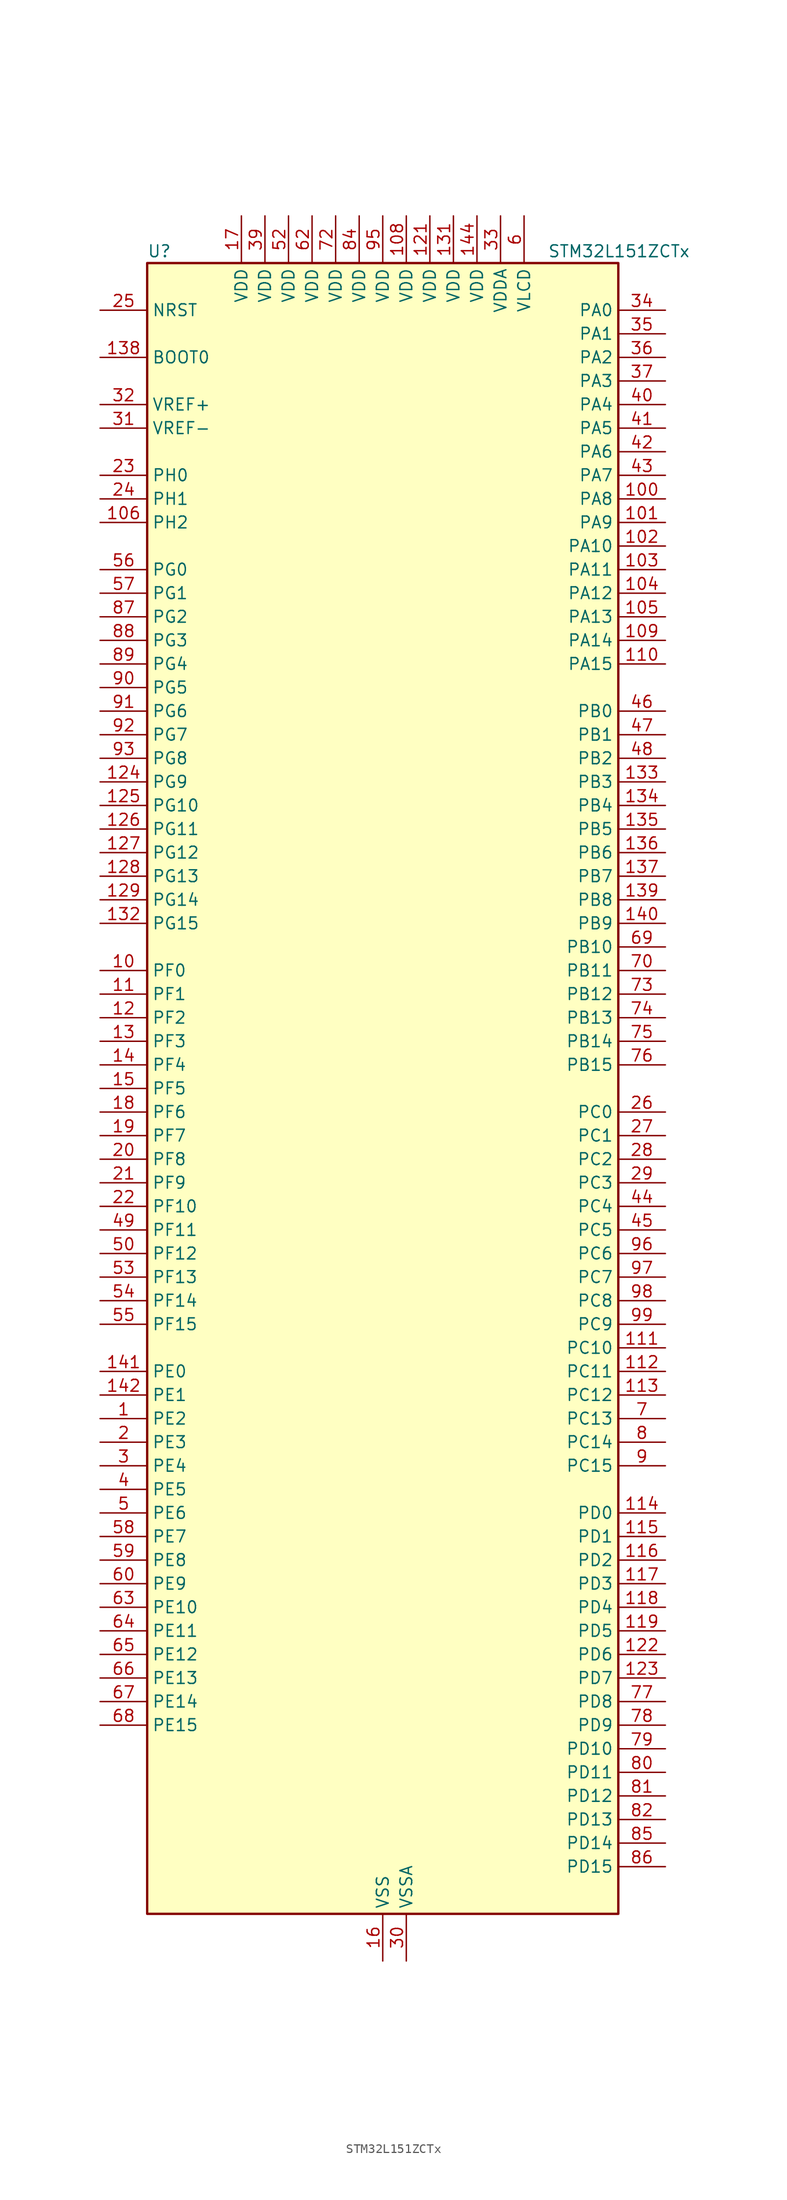
<source format=kicad_sym>
(kicad_symbol_lib
  (version 20241209)
  (generator "kicad_symbol_editor")
  (generator_version "9.0")
  (symbol "STM32L151ZCTx"
    (property "Reference" "U"
      (at -25.4 90.17 0)
      (effects (font (size 1.27 1.27)) (justify left)))
    (property "Value" "STM32L151ZCTx"
      (at 17.78 90.17 0)
      (effects (font (size 1.27 1.27)) (justify left)))
    (symbol "STM32L151ZCTx_0_1"
      (rectangle (start -25.4 -88.9) (end 25.4 88.9) (stroke (width 0.254) (type default)) (fill (type background))))
    (symbol "STM32L151ZCTx_1_1"
      (pin input line (at -30.48 83.82 0) (length 5.08) (name "NRST" (effects (font (size 1.27 1.27)))) (number "25" (effects (font (size 1.27 1.27)))))
      (pin input line (at -30.48 78.74 0) (length 5.08) (name "BOOT0" (effects (font (size 1.27 1.27)))) (number "138" (effects (font (size 1.27 1.27)))))
      (pin input line (at -30.48 73.66 0) (length 5.08) (name "VREF+" (effects (font (size 1.27 1.27)))) (number "32" (effects (font (size 1.27 1.27)))))
      (pin input line (at -30.48 71.12 0) (length 5.08) (name "VREF-" (effects (font (size 1.27 1.27)))) (number "31" (effects (font (size 1.27 1.27)))))
      (pin bidirectional line (at -30.48 66.04 0) (length 5.08) (name "PH0" (effects (font (size 1.27 1.27)))) (number "23" (effects (font (size 1.27 1.27)))) (alternate "RCC_OSC_IN" bidirectional line))
      (pin bidirectional line (at -30.48 63.5 0) (length 5.08) (name "PH1" (effects (font (size 1.27 1.27)))) (number "24" (effects (font (size 1.27 1.27)))) (alternate "RCC_OSC_OUT" bidirectional line))
      (pin bidirectional line (at -30.48 60.96 0) (length 5.08) (name "PH2" (effects (font (size 1.27 1.27)))) (number "106" (effects (font (size 1.27 1.27)))))
      (pin bidirectional line (at -30.48 55.88 0) (length 5.08) (name "PG0" (effects (font (size 1.27 1.27)))) (number "56" (effects (font (size 1.27 1.27)))) (alternate "ADC_IN8b" bidirectional line) (alternate "TS_G2_IO4" bidirectional line))
      (pin bidirectional line (at -30.48 53.34 0) (length 5.08) (name "PG1" (effects (font (size 1.27 1.27)))) (number "57" (effects (font (size 1.27 1.27)))) (alternate "ADC_IN9b" bidirectional line) (alternate "TS_G2_IO5" bidirectional line))
      (pin bidirectional line (at -30.48 50.8 0) (length 5.08) (name "PG2" (effects (font (size 1.27 1.27)))) (number "87" (effects (font (size 1.27 1.27)))) (alternate "ADC_IN10b" bidirectional line) (alternate "TS_G7_IO5" bidirectional line))
      (pin bidirectional line (at -30.48 48.26 0) (length 5.08) (name "PG3" (effects (font (size 1.27 1.27)))) (number "88" (effects (font (size 1.27 1.27)))) (alternate "ADC_IN11b" bidirectional line) (alternate "TS_G7_IO6" bidirectional line))
      (pin bidirectional line (at -30.48 45.72 0) (length 5.08) (name "PG4" (effects (font (size 1.27 1.27)))) (number "89" (effects (font (size 1.27 1.27)))) (alternate "ADC_IN12b" bidirectional line) (alternate "TS_G7_IO7" bidirectional line))
      (pin bidirectional line (at -30.48 43.18 0) (length 5.08) (name "PG5" (effects (font (size 1.27 1.27)))) (number "90" (effects (font (size 1.27 1.27)))))
      (pin bidirectional line (at -30.48 40.64 0) (length 5.08) (name "PG6" (effects (font (size 1.27 1.27)))) (number "91" (effects (font (size 1.27 1.27)))))
      (pin bidirectional line (at -30.48 38.1 0) (length 5.08) (name "PG7" (effects (font (size 1.27 1.27)))) (number "92" (effects (font (size 1.27 1.27)))))
      (pin bidirectional line (at -30.48 35.56 0) (length 5.08) (name "PG8" (effects (font (size 1.27 1.27)))) (number "93" (effects (font (size 1.27 1.27)))))
      (pin bidirectional line (at -30.48 33.02 0) (length 5.08) (name "PG9" (effects (font (size 1.27 1.27)))) (number "124" (effects (font (size 1.27 1.27)))) (alternate "DAC_EXTI9" bidirectional line))
      (pin bidirectional line (at -30.48 30.48 0) (length 5.08) (name "PG10" (effects (font (size 1.27 1.27)))) (number "125" (effects (font (size 1.27 1.27)))))
      (pin bidirectional line (at -30.48 27.94 0) (length 5.08) (name "PG11" (effects (font (size 1.27 1.27)))) (number "126" (effects (font (size 1.27 1.27)))) (alternate "ADC_EXTI11" bidirectional line))
      (pin bidirectional line (at -30.48 25.4 0) (length 5.08) (name "PG12" (effects (font (size 1.27 1.27)))) (number "127" (effects (font (size 1.27 1.27)))))
      (pin bidirectional line (at -30.48 22.86 0) (length 5.08) (name "PG13" (effects (font (size 1.27 1.27)))) (number "128" (effects (font (size 1.27 1.27)))))
      (pin bidirectional line (at -30.48 20.32 0) (length 5.08) (name "PG14" (effects (font (size 1.27 1.27)))) (number "129" (effects (font (size 1.27 1.27)))))
      (pin bidirectional line (at -30.48 17.78 0) (length 5.08) (name "PG15" (effects (font (size 1.27 1.27)))) (number "132" (effects (font (size 1.27 1.27)))) (alternate "ADC_EXTI15" bidirectional line))
      (pin bidirectional line (at -30.48 12.7 0) (length 5.08) (name "PF0" (effects (font (size 1.27 1.27)))) (number "10" (effects (font (size 1.27 1.27)))))
      (pin bidirectional line (at -30.48 10.16 0) (length 5.08) (name "PF1" (effects (font (size 1.27 1.27)))) (number "11" (effects (font (size 1.27 1.27)))))
      (pin bidirectional line (at -30.48 7.62 0) (length 5.08) (name "PF2" (effects (font (size 1.27 1.27)))) (number "12" (effects (font (size 1.27 1.27)))))
      (pin bidirectional line (at -30.48 5.08 0) (length 5.08) (name "PF3" (effects (font (size 1.27 1.27)))) (number "13" (effects (font (size 1.27 1.27)))))
      (pin bidirectional line (at -30.48 2.54 0) (length 5.08) (name "PF4" (effects (font (size 1.27 1.27)))) (number "14" (effects (font (size 1.27 1.27)))))
      (pin bidirectional line (at -30.48 0 0) (length 5.08) (name "PF5" (effects (font (size 1.27 1.27)))) (number "15" (effects (font (size 1.27 1.27)))))
      (pin bidirectional line (at -30.48 -2.54 0) (length 5.08) (name "PF6" (effects (font (size 1.27 1.27)))) (number "18" (effects (font (size 1.27 1.27)))) (alternate "ADC_IN27" bidirectional line) (alternate "TIM5_CH1" bidirectional line) (alternate "TIM5_ETR" bidirectional line) (alternate "TS_G11_IO1" bidirectional line))
      (pin bidirectional line (at -30.48 -5.08 0) (length 5.08) (name "PF7" (effects (font (size 1.27 1.27)))) (number "19" (effects (font (size 1.27 1.27)))) (alternate "ADC_IN28" bidirectional line) (alternate "COMP1_INP" bidirectional line) (alternate "TIM5_CH2" bidirectional line) (alternate "TS_G11_IO2" bidirectional line))
      (pin bidirectional line (at -30.48 -7.62 0) (length 5.08) (name "PF8" (effects (font (size 1.27 1.27)))) (number "20" (effects (font (size 1.27 1.27)))) (alternate "ADC_IN29" bidirectional line) (alternate "COMP1_INP" bidirectional line) (alternate "TIM5_CH3" bidirectional line) (alternate "TS_G11_IO3" bidirectional line))
      (pin bidirectional line (at -30.48 -10.16 0) (length 5.08) (name "PF9" (effects (font (size 1.27 1.27)))) (number "21" (effects (font (size 1.27 1.27)))) (alternate "ADC_IN30" bidirectional line) (alternate "COMP1_INP" bidirectional line) (alternate "DAC_EXTI9" bidirectional line) (alternate "TIM5_CH4" bidirectional line) (alternate "TS_G11_IO4" bidirectional line))
      (pin bidirectional line (at -30.48 -12.7 0) (length 5.08) (name "PF10" (effects (font (size 1.27 1.27)))) (number "22" (effects (font (size 1.27 1.27)))) (alternate "ADC_IN31" bidirectional line) (alternate "COMP1_INP" bidirectional line) (alternate "TS_G11_IO5" bidirectional line))
      (pin bidirectional line (at -30.48 -15.24 0) (length 5.08) (name "PF11" (effects (font (size 1.27 1.27)))) (number "49" (effects (font (size 1.27 1.27)))) (alternate "ADC_EXTI11" bidirectional line) (alternate "ADC_IN1b" bidirectional line) (alternate "TS_G3_IO4" bidirectional line))
      (pin bidirectional line (at -30.48 -17.78 0) (length 5.08) (name "PF12" (effects (font (size 1.27 1.27)))) (number "50" (effects (font (size 1.27 1.27)))) (alternate "ADC_IN2b" bidirectional line) (alternate "TS_G3_IO5" bidirectional line))
      (pin bidirectional line (at -30.48 -20.32 0) (length 5.08) (name "PF13" (effects (font (size 1.27 1.27)))) (number "53" (effects (font (size 1.27 1.27)))) (alternate "ADC_IN3b" bidirectional line) (alternate "TS_G9_IO3" bidirectional line))
      (pin bidirectional line (at -30.48 -22.86 0) (length 5.08) (name "PF14" (effects (font (size 1.27 1.27)))) (number "54" (effects (font (size 1.27 1.27)))) (alternate "ADC_IN6b" bidirectional line) (alternate "TS_G9_IO4" bidirectional line))
      (pin bidirectional line (at -30.48 -25.4 0) (length 5.08) (name "PF15" (effects (font (size 1.27 1.27)))) (number "55" (effects (font (size 1.27 1.27)))) (alternate "ADC_EXTI15" bidirectional line) (alternate "ADC_IN7b" bidirectional line) (alternate "TS_G2_IO3" bidirectional line))
      (pin bidirectional line (at -30.48 -30.48 0) (length 5.08) (name "PE0" (effects (font (size 1.27 1.27)))) (number "141" (effects (font (size 1.27 1.27)))) (alternate "TIM10_CH1" bidirectional line) (alternate "TIM4_ETR" bidirectional line) (alternate "TIMX_IC1" bidirectional line))
      (pin bidirectional line (at -30.48 -33.02 0) (length 5.08) (name "PE1" (effects (font (size 1.27 1.27)))) (number "142" (effects (font (size 1.27 1.27)))) (alternate "TIM11_CH1" bidirectional line) (alternate "TIMX_IC2" bidirectional line))
      (pin bidirectional line (at -30.48 -35.56 0) (length 5.08) (name "PE2" (effects (font (size 1.27 1.27)))) (number "1" (effects (font (size 1.27 1.27)))) (alternate "SYS_TRACECK" bidirectional line) (alternate "TIM3_ETR" bidirectional line) (alternate "TIMX_IC3" bidirectional line))
      (pin bidirectional line (at -30.48 -38.1 0) (length 5.08) (name "PE3" (effects (font (size 1.27 1.27)))) (number "2" (effects (font (size 1.27 1.27)))) (alternate "SYS_TRACED0" bidirectional line) (alternate "TIM3_CH1" bidirectional line) (alternate "TIMX_IC4" bidirectional line))
      (pin bidirectional line (at -30.48 -40.64 0) (length 5.08) (name "PE4" (effects (font (size 1.27 1.27)))) (number "3" (effects (font (size 1.27 1.27)))) (alternate "SYS_TRACED1" bidirectional line) (alternate "TIM3_CH2" bidirectional line) (alternate "TIMX_IC1" bidirectional line))
      (pin bidirectional line (at -30.48 -43.18 0) (length 5.08) (name "PE5" (effects (font (size 1.27 1.27)))) (number "4" (effects (font (size 1.27 1.27)))) (alternate "SYS_TRACED2" bidirectional line) (alternate "TIM9_CH1" bidirectional line) (alternate "TIMX_IC2" bidirectional line))
      (pin bidirectional line (at -30.48 -45.72 0) (length 5.08) (name "PE6" (effects (font (size 1.27 1.27)))) (number "5" (effects (font (size 1.27 1.27)))) (alternate "RTC_TAMP3" bidirectional line) (alternate "SYS_TRACED3" bidirectional line) (alternate "SYS_WKUP3" bidirectional line) (alternate "TIM9_CH2" bidirectional line) (alternate "TIMX_IC3" bidirectional line))
      (pin bidirectional line (at -30.48 -48.26 0) (length 5.08) (name "PE7" (effects (font (size 1.27 1.27)))) (number "58" (effects (font (size 1.27 1.27)))) (alternate "ADC_IN22" bidirectional line) (alternate "COMP1_INP" bidirectional line) (alternate "TIMX_IC4" bidirectional line))
      (pin bidirectional line (at -30.48 -50.8 0) (length 5.08) (name "PE8" (effects (font (size 1.27 1.27)))) (number "59" (effects (font (size 1.27 1.27)))) (alternate "ADC_IN23" bidirectional line) (alternate "COMP1_INP" bidirectional line) (alternate "TIMX_IC1" bidirectional line))
      (pin bidirectional line (at -30.48 -53.34 0) (length 5.08) (name "PE9" (effects (font (size 1.27 1.27)))) (number "60" (effects (font (size 1.27 1.27)))) (alternate "ADC_IN24" bidirectional line) (alternate "COMP1_INP" bidirectional line) (alternate "DAC_EXTI9" bidirectional line) (alternate "TIM2_CH1" bidirectional line) (alternate "TIM2_ETR" bidirectional line) (alternate "TIMX_IC2" bidirectional line))
      (pin bidirectional line (at -30.48 -55.88 0) (length 5.08) (name "PE10" (effects (font (size 1.27 1.27)))) (number "63" (effects (font (size 1.27 1.27)))) (alternate "ADC_IN25" bidirectional line) (alternate "COMP1_INP" bidirectional line) (alternate "TIM2_CH2" bidirectional line) (alternate "TIMX_IC3" bidirectional line))
      (pin bidirectional line (at -30.48 -58.42 0) (length 5.08) (name "PE11" (effects (font (size 1.27 1.27)))) (number "64" (effects (font (size 1.27 1.27)))) (alternate "ADC_EXTI11" bidirectional line) (alternate "TIM2_CH3" bidirectional line) (alternate "TIMX_IC4" bidirectional line))
      (pin bidirectional line (at -30.48 -60.96 0) (length 5.08) (name "PE12" (effects (font (size 1.27 1.27)))) (number "65" (effects (font (size 1.27 1.27)))) (alternate "SPI1_NSS" bidirectional line) (alternate "TIM2_CH4" bidirectional line) (alternate "TIMX_IC1" bidirectional line))
      (pin bidirectional line (at -30.48 -63.5 0) (length 5.08) (name "PE13" (effects (font (size 1.27 1.27)))) (number "66" (effects (font (size 1.27 1.27)))) (alternate "SPI1_SCK" bidirectional line) (alternate "TIMX_IC2" bidirectional line))
      (pin bidirectional line (at -30.48 -66.04 0) (length 5.08) (name "PE14" (effects (font (size 1.27 1.27)))) (number "67" (effects (font (size 1.27 1.27)))) (alternate "SPI1_MISO" bidirectional line) (alternate "TIMX_IC3" bidirectional line))
      (pin bidirectional line (at -30.48 -68.58 0) (length 5.08) (name "PE15" (effects (font (size 1.27 1.27)))) (number "68" (effects (font (size 1.27 1.27)))) (alternate "ADC_EXTI15" bidirectional line) (alternate "SPI1_MOSI" bidirectional line) (alternate "TIMX_IC4" bidirectional line))
      (pin power_in line (at -15.24 93.98 270) (length 5.08) (name "VDD" (effects (font (size 1.27 1.27)))) (number "17" (effects (font (size 1.27 1.27)))))
      (pin power_in line (at -12.7 93.98 270) (length 5.08) (name "VDD" (effects (font (size 1.27 1.27)))) (number "39" (effects (font (size 1.27 1.27)))))
      (pin power_in line (at -10.16 93.98 270) (length 5.08) (name "VDD" (effects (font (size 1.27 1.27)))) (number "52" (effects (font (size 1.27 1.27)))))
      (pin power_in line (at -7.62 93.98 270) (length 5.08) (name "VDD" (effects (font (size 1.27 1.27)))) (number "62" (effects (font (size 1.27 1.27)))))
      (pin power_in line (at -5.08 93.98 270) (length 5.08) (name "VDD" (effects (font (size 1.27 1.27)))) (number "72" (effects (font (size 1.27 1.27)))))
      (pin power_in line (at -2.54 93.98 270) (length 5.08) (name "VDD" (effects (font (size 1.27 1.27)))) (number "84" (effects (font (size 1.27 1.27)))))
      (pin power_in line (at 0 93.98 270) (length 5.08) (name "VDD" (effects (font (size 1.27 1.27)))) (number "95" (effects (font (size 1.27 1.27)))))
      (pin passive line (at 0 -93.98 90) (length 5.08) (hide yes) (name "VSS" (effects (font (size 1.27 1.27)))) (number "107" (effects (font (size 1.27 1.27)))))
      (pin passive line (at 0 -93.98 90) (length 5.08) (hide yes) (name "VSS" (effects (font (size 1.27 1.27)))) (number "120" (effects (font (size 1.27 1.27)))))
      (pin passive line (at 0 -93.98 90) (length 5.08) (hide yes) (name "VSS" (effects (font (size 1.27 1.27)))) (number "130" (effects (font (size 1.27 1.27)))))
      (pin passive line (at 0 -93.98 90) (length 5.08) (hide yes) (name "VSS" (effects (font (size 1.27 1.27)))) (number "143" (effects (font (size 1.27 1.27)))))
      (pin power_in line (at 0 -93.98 90) (length 5.08) (name "VSS" (effects (font (size 1.27 1.27)))) (number "16" (effects (font (size 1.27 1.27)))))
      (pin passive line (at 0 -93.98 90) (length 5.08) (hide yes) (name "VSS" (effects (font (size 1.27 1.27)))) (number "38" (effects (font (size 1.27 1.27)))))
      (pin passive line (at 0 -93.98 90) (length 5.08) (hide yes) (name "VSS" (effects (font (size 1.27 1.27)))) (number "51" (effects (font (size 1.27 1.27)))))
      (pin passive line (at 0 -93.98 90) (length 5.08) (hide yes) (name "VSS" (effects (font (size 1.27 1.27)))) (number "61" (effects (font (size 1.27 1.27)))))
      (pin passive line (at 0 -93.98 90) (length 5.08) (hide yes) (name "VSS" (effects (font (size 1.27 1.27)))) (number "71" (effects (font (size 1.27 1.27)))))
      (pin passive line (at 0 -93.98 90) (length 5.08) (hide yes) (name "VSS" (effects (font (size 1.27 1.27)))) (number "83" (effects (font (size 1.27 1.27)))))
      (pin passive line (at 0 -93.98 90) (length 5.08) (hide yes) (name "VSS" (effects (font (size 1.27 1.27)))) (number "94" (effects (font (size 1.27 1.27)))))
      (pin power_in line (at 2.54 93.98 270) (length 5.08) (name "VDD" (effects (font (size 1.27 1.27)))) (number "108" (effects (font (size 1.27 1.27)))))
      (pin power_in line (at 2.54 -93.98 90) (length 5.08) (name "VSSA" (effects (font (size 1.27 1.27)))) (number "30" (effects (font (size 1.27 1.27)))))
      (pin power_in line (at 5.08 93.98 270) (length 5.08) (name "VDD" (effects (font (size 1.27 1.27)))) (number "121" (effects (font (size 1.27 1.27)))))
      (pin power_in line (at 7.62 93.98 270) (length 5.08) (name "VDD" (effects (font (size 1.27 1.27)))) (number "131" (effects (font (size 1.27 1.27)))))
      (pin power_in line (at 10.16 93.98 270) (length 5.08) (name "VDD" (effects (font (size 1.27 1.27)))) (number "144" (effects (font (size 1.27 1.27)))))
      (pin power_in line (at 12.7 93.98 270) (length 5.08) (name "VDDA" (effects (font (size 1.27 1.27)))) (number "33" (effects (font (size 1.27 1.27)))))
      (pin power_in line (at 15.24 93.98 270) (length 5.08) (name "VLCD" (effects (font (size 1.27 1.27)))) (number "6" (effects (font (size 1.27 1.27)))))
      (pin bidirectional line (at 30.48 83.82 180) (length 5.08) (name "PA0" (effects (font (size 1.27 1.27)))) (number "34" (effects (font (size 1.27 1.27)))) (alternate "ADC_IN0" bidirectional line) (alternate "COMP1_INP" bidirectional line) (alternate "RTC_TAMP2" bidirectional line) (alternate "SYS_WKUP1" bidirectional line) (alternate "TIM2_CH1" bidirectional line) (alternate "TIM2_ETR" bidirectional line) (alternate "TIM5_CH1" bidirectional line) (alternate "TIMX_IC1" bidirectional line) (alternate "TS_G1_IO1" bidirectional line) (alternate "USART2_CTS" bidirectional line))
      (pin bidirectional line (at 30.48 81.28 180) (length 5.08) (name "PA1" (effects (font (size 1.27 1.27)))) (number "35" (effects (font (size 1.27 1.27)))) (alternate "ADC_IN1" bidirectional line) (alternate "COMP1_INP" bidirectional line) (alternate "OPAMP1_VINP" bidirectional line) (alternate "TIM2_CH2" bidirectional line) (alternate "TIM5_CH2" bidirectional line) (alternate "TIMX_IC2" bidirectional line) (alternate "TS_G1_IO2" bidirectional line) (alternate "USART2_RTS" bidirectional line))
      (pin bidirectional line (at 30.48 78.74 180) (length 5.08) (name "PA2" (effects (font (size 1.27 1.27)))) (number "36" (effects (font (size 1.27 1.27)))) (alternate "ADC_IN2" bidirectional line) (alternate "COMP1_INP" bidirectional line) (alternate "OPAMP1_VINM" bidirectional line) (alternate "TIM2_CH3" bidirectional line) (alternate "TIM5_CH3" bidirectional line) (alternate "TIM9_CH1" bidirectional line) (alternate "TIMX_IC3" bidirectional line) (alternate "TS_G1_IO3" bidirectional line) (alternate "USART2_TX" bidirectional line))
      (pin bidirectional line (at 30.48 76.2 180) (length 5.08) (name "PA3" (effects (font (size 1.27 1.27)))) (number "37" (effects (font (size 1.27 1.27)))) (alternate "ADC_IN3" bidirectional line) (alternate "COMP1_INP" bidirectional line) (alternate "OPAMP1_VOUT" bidirectional line) (alternate "TIM2_CH4" bidirectional line) (alternate "TIM5_CH4" bidirectional line) (alternate "TIM9_CH2" bidirectional line) (alternate "TIMX_IC4" bidirectional line) (alternate "TS_G1_IO4" bidirectional line) (alternate "USART2_RX" bidirectional line))
      (pin bidirectional line (at 30.48 73.66 180) (length 5.08) (name "PA4" (effects (font (size 1.27 1.27)))) (number "40" (effects (font (size 1.27 1.27)))) (alternate "ADC_IN4" bidirectional line) (alternate "COMP1_INP" bidirectional line) (alternate "DAC_OUT1" bidirectional line) (alternate "I2S3_WS" bidirectional line) (alternate "SPI1_NSS" bidirectional line) (alternate "SPI3_NSS" bidirectional line) (alternate "TIMX_IC1" bidirectional line) (alternate "USART2_CK" bidirectional line))
      (pin bidirectional line (at 30.48 71.12 180) (length 5.08) (name "PA5" (effects (font (size 1.27 1.27)))) (number "41" (effects (font (size 1.27 1.27)))) (alternate "ADC_IN5" bidirectional line) (alternate "COMP1_INP" bidirectional line) (alternate "DAC_OUT2" bidirectional line) (alternate "SPI1_SCK" bidirectional line) (alternate "TIM2_CH1" bidirectional line) (alternate "TIM2_ETR" bidirectional line) (alternate "TIMX_IC2" bidirectional line))
      (pin bidirectional line (at 30.48 68.58 180) (length 5.08) (name "PA6" (effects (font (size 1.27 1.27)))) (number "42" (effects (font (size 1.27 1.27)))) (alternate "ADC_IN6" bidirectional line) (alternate "COMP1_INP" bidirectional line) (alternate "OPAMP2_VINP" bidirectional line) (alternate "SPI1_MISO" bidirectional line) (alternate "TIM10_CH1" bidirectional line) (alternate "TIM3_CH1" bidirectional line) (alternate "TIMX_IC3" bidirectional line) (alternate "TS_G2_IO1" bidirectional line))
      (pin bidirectional line (at 30.48 66.04 180) (length 5.08) (name "PA7" (effects (font (size 1.27 1.27)))) (number "43" (effects (font (size 1.27 1.27)))) (alternate "ADC_IN7" bidirectional line) (alternate "COMP1_INP" bidirectional line) (alternate "OPAMP2_VINM" bidirectional line) (alternate "SPI1_MOSI" bidirectional line) (alternate "TIM11_CH1" bidirectional line) (alternate "TIM3_CH2" bidirectional line) (alternate "TIMX_IC4" bidirectional line) (alternate "TS_G2_IO2" bidirectional line))
      (pin bidirectional line (at 30.48 63.5 180) (length 5.08) (name "PA8" (effects (font (size 1.27 1.27)))) (number "100" (effects (font (size 1.27 1.27)))) (alternate "RCC_MCO" bidirectional line) (alternate "TIMX_IC1" bidirectional line) (alternate "TS_G4_IO1" bidirectional line) (alternate "USART1_CK" bidirectional line))
      (pin bidirectional line (at 30.48 60.96 180) (length 5.08) (name "PA9" (effects (font (size 1.27 1.27)))) (number "101" (effects (font (size 1.27 1.27)))) (alternate "DAC_EXTI9" bidirectional line) (alternate "TIMX_IC2" bidirectional line) (alternate "TS_G4_IO2" bidirectional line) (alternate "USART1_TX" bidirectional line))
      (pin bidirectional line (at 30.48 58.42 180) (length 5.08) (name "PA10" (effects (font (size 1.27 1.27)))) (number "102" (effects (font (size 1.27 1.27)))) (alternate "TIMX_IC3" bidirectional line) (alternate "TS_G4_IO3" bidirectional line) (alternate "USART1_RX" bidirectional line))
      (pin bidirectional line (at 30.48 55.88 180) (length 5.08) (name "PA11" (effects (font (size 1.27 1.27)))) (number "103" (effects (font (size 1.27 1.27)))) (alternate "ADC_EXTI11" bidirectional line) (alternate "SPI1_MISO" bidirectional line) (alternate "TIMX_IC4" bidirectional line) (alternate "USART1_CTS" bidirectional line) (alternate "USB_DM" bidirectional line))
      (pin bidirectional line (at 30.48 53.34 180) (length 5.08) (name "PA12" (effects (font (size 1.27 1.27)))) (number "104" (effects (font (size 1.27 1.27)))) (alternate "SPI1_MOSI" bidirectional line) (alternate "TIMX_IC1" bidirectional line) (alternate "USART1_RTS" bidirectional line) (alternate "USB_DP" bidirectional line))
      (pin bidirectional line (at 30.48 50.8 180) (length 5.08) (name "PA13" (effects (font (size 1.27 1.27)))) (number "105" (effects (font (size 1.27 1.27)))) (alternate "SYS_JTMS-SWDIO" bidirectional line) (alternate "TIMX_IC2" bidirectional line) (alternate "TS_G5_IO1" bidirectional line))
      (pin bidirectional line (at 30.48 48.26 180) (length 5.08) (name "PA14" (effects (font (size 1.27 1.27)))) (number "109" (effects (font (size 1.27 1.27)))) (alternate "SYS_JTCK-SWCLK" bidirectional line) (alternate "TIMX_IC3" bidirectional line) (alternate "TS_G5_IO2" bidirectional line))
      (pin bidirectional line (at 30.48 45.72 180) (length 5.08) (name "PA15" (effects (font (size 1.27 1.27)))) (number "110" (effects (font (size 1.27 1.27)))) (alternate "ADC_EXTI15" bidirectional line) (alternate "I2S3_WS" bidirectional line) (alternate "SPI1_NSS" bidirectional line) (alternate "SPI3_NSS" bidirectional line) (alternate "SYS_JTDI" bidirectional line) (alternate "TIM2_CH1" bidirectional line) (alternate "TIM2_ETR" bidirectional line) (alternate "TIMX_IC4" bidirectional line) (alternate "TS_G5_IO3" bidirectional line))
      (pin bidirectional line (at 30.48 40.64 180) (length 5.08) (name "PB0" (effects (font (size 1.27 1.27)))) (number "46" (effects (font (size 1.27 1.27)))) (alternate "ADC_IN8" bidirectional line) (alternate "COMP1_INP" bidirectional line) (alternate "OPAMP2_VOUT" bidirectional line) (alternate "SYS_V_REF_OUT" bidirectional line) (alternate "TIM3_CH3" bidirectional line) (alternate "TS_G3_IO1" bidirectional line))
      (pin bidirectional line (at 30.48 38.1 180) (length 5.08) (name "PB1" (effects (font (size 1.27 1.27)))) (number "47" (effects (font (size 1.27 1.27)))) (alternate "ADC_IN9" bidirectional line) (alternate "COMP1_INP" bidirectional line) (alternate "SYS_V_REF_OUT" bidirectional line) (alternate "TIM3_CH4" bidirectional line) (alternate "TS_G3_IO2" bidirectional line))
      (pin bidirectional line (at 30.48 35.56 180) (length 5.08) (name "PB2" (effects (font (size 1.27 1.27)))) (number "48" (effects (font (size 1.27 1.27)))) (alternate "ADC_IN0b" bidirectional line) (alternate "TS_G3_IO3" bidirectional line))
      (pin bidirectional line (at 30.48 33.02 180) (length 5.08) (name "PB3" (effects (font (size 1.27 1.27)))) (number "133" (effects (font (size 1.27 1.27)))) (alternate "COMP2_INM" bidirectional line) (alternate "I2S3_CK" bidirectional line) (alternate "SPI1_SCK" bidirectional line) (alternate "SPI3_SCK" bidirectional line) (alternate "SYS_JTDO-TRACESWO" bidirectional line) (alternate "TIM2_CH2" bidirectional line))
      (pin bidirectional line (at 30.48 30.48 180) (length 5.08) (name "PB4" (effects (font (size 1.27 1.27)))) (number "134" (effects (font (size 1.27 1.27)))) (alternate "COMP2_INP" bidirectional line) (alternate "SPI1_MISO" bidirectional line) (alternate "SPI3_MISO" bidirectional line) (alternate "SYS_JTRST" bidirectional line) (alternate "TIM3_CH1" bidirectional line) (alternate "TS_G6_IO1" bidirectional line))
      (pin bidirectional line (at 30.48 27.94 180) (length 5.08) (name "PB5" (effects (font (size 1.27 1.27)))) (number "135" (effects (font (size 1.27 1.27)))) (alternate "COMP2_INP" bidirectional line) (alternate "I2C1_SMBA" bidirectional line) (alternate "I2S3_SD" bidirectional line) (alternate "SPI1_MOSI" bidirectional line) (alternate "SPI3_MOSI" bidirectional line) (alternate "TIM3_CH2" bidirectional line) (alternate "TS_G6_IO2" bidirectional line))
      (pin bidirectional line (at 30.48 25.4 180) (length 5.08) (name "PB6" (effects (font (size 1.27 1.27)))) (number "136" (effects (font (size 1.27 1.27)))) (alternate "COMP2_INP" bidirectional line) (alternate "I2C1_SCL" bidirectional line) (alternate "TIM4_CH1" bidirectional line) (alternate "TS_G6_IO3" bidirectional line) (alternate "USART1_TX" bidirectional line))
      (pin bidirectional line (at 30.48 22.86 180) (length 5.08) (name "PB7" (effects (font (size 1.27 1.27)))) (number "137" (effects (font (size 1.27 1.27)))) (alternate "COMP2_INP" bidirectional line) (alternate "I2C1_SDA" bidirectional line) (alternate "SYS_PVD_IN" bidirectional line) (alternate "TIM4_CH2" bidirectional line) (alternate "TS_G6_IO4" bidirectional line) (alternate "USART1_RX" bidirectional line))
      (pin bidirectional line (at 30.48 20.32 180) (length 5.08) (name "PB8" (effects (font (size 1.27 1.27)))) (number "139" (effects (font (size 1.27 1.27)))) (alternate "I2C1_SCL" bidirectional line) (alternate "TIM10_CH1" bidirectional line) (alternate "TIM4_CH3" bidirectional line))
      (pin bidirectional line (at 30.48 17.78 180) (length 5.08) (name "PB9" (effects (font (size 1.27 1.27)))) (number "140" (effects (font (size 1.27 1.27)))) (alternate "DAC_EXTI9" bidirectional line) (alternate "I2C1_SDA" bidirectional line) (alternate "TIM11_CH1" bidirectional line) (alternate "TIM4_CH4" bidirectional line))
      (pin bidirectional line (at 30.48 15.24 180) (length 5.08) (name "PB10" (effects (font (size 1.27 1.27)))) (number "69" (effects (font (size 1.27 1.27)))) (alternate "I2C2_SCL" bidirectional line) (alternate "TIM2_CH3" bidirectional line) (alternate "USART3_TX" bidirectional line))
      (pin bidirectional line (at 30.48 12.7 180) (length 5.08) (name "PB11" (effects (font (size 1.27 1.27)))) (number "70" (effects (font (size 1.27 1.27)))) (alternate "ADC_EXTI11" bidirectional line) (alternate "I2C2_SDA" bidirectional line) (alternate "TIM2_CH4" bidirectional line) (alternate "USART3_RX" bidirectional line))
      (pin bidirectional line (at 30.48 10.16 180) (length 5.08) (name "PB12" (effects (font (size 1.27 1.27)))) (number "73" (effects (font (size 1.27 1.27)))) (alternate "ADC_IN18" bidirectional line) (alternate "COMP1_INP" bidirectional line) (alternate "I2C2_SMBA" bidirectional line) (alternate "I2S2_WS" bidirectional line) (alternate "SPI2_NSS" bidirectional line) (alternate "TIM10_CH1" bidirectional line) (alternate "TS_G7_IO1" bidirectional line) (alternate "USART3_CK" bidirectional line))
      (pin bidirectional line (at 30.48 7.62 180) (length 5.08) (name "PB13" (effects (font (size 1.27 1.27)))) (number "74" (effects (font (size 1.27 1.27)))) (alternate "ADC_IN19" bidirectional line) (alternate "COMP1_INP" bidirectional line) (alternate "I2S2_CK" bidirectional line) (alternate "SPI2_SCK" bidirectional line) (alternate "TIM9_CH1" bidirectional line) (alternate "TS_G7_IO2" bidirectional line) (alternate "USART3_CTS" bidirectional line))
      (pin bidirectional line (at 30.48 5.08 180) (length 5.08) (name "PB14" (effects (font (size 1.27 1.27)))) (number "75" (effects (font (size 1.27 1.27)))) (alternate "ADC_IN20" bidirectional line) (alternate "COMP1_INP" bidirectional line) (alternate "SPI2_MISO" bidirectional line) (alternate "TIM9_CH2" bidirectional line) (alternate "TS_G7_IO3" bidirectional line) (alternate "USART3_RTS" bidirectional line))
      (pin bidirectional line (at 30.48 2.54 180) (length 5.08) (name "PB15" (effects (font (size 1.27 1.27)))) (number "76" (effects (font (size 1.27 1.27)))) (alternate "ADC_EXTI15" bidirectional line) (alternate "ADC_IN21" bidirectional line) (alternate "COMP1_INP" bidirectional line) (alternate "I2S2_SD" bidirectional line) (alternate "RTC_REFIN" bidirectional line) (alternate "SPI2_MOSI" bidirectional line) (alternate "TIM11_CH1" bidirectional line) (alternate "TS_G7_IO4" bidirectional line))
      (pin bidirectional line (at 30.48 -2.54 180) (length 5.08) (name "PC0" (effects (font (size 1.27 1.27)))) (number "26" (effects (font (size 1.27 1.27)))) (alternate "ADC_IN10" bidirectional line) (alternate "COMP1_INP" bidirectional line) (alternate "TIMX_IC1" bidirectional line) (alternate "TS_G8_IO1" bidirectional line))
      (pin bidirectional line (at 30.48 -5.08 180) (length 5.08) (name "PC1" (effects (font (size 1.27 1.27)))) (number "27" (effects (font (size 1.27 1.27)))) (alternate "ADC_IN11" bidirectional line) (alternate "COMP1_INP" bidirectional line) (alternate "TIMX_IC2" bidirectional line) (alternate "TS_G8_IO2" bidirectional line))
      (pin bidirectional line (at 30.48 -7.62 180) (length 5.08) (name "PC2" (effects (font (size 1.27 1.27)))) (number "28" (effects (font (size 1.27 1.27)))) (alternate "ADC_IN12" bidirectional line) (alternate "COMP1_INP" bidirectional line) (alternate "TIMX_IC3" bidirectional line) (alternate "TS_G8_IO3" bidirectional line))
      (pin bidirectional line (at 30.48 -10.16 180) (length 5.08) (name "PC3" (effects (font (size 1.27 1.27)))) (number "29" (effects (font (size 1.27 1.27)))) (alternate "ADC_IN13" bidirectional line) (alternate "COMP1_INP" bidirectional line) (alternate "TIMX_IC4" bidirectional line) (alternate "TS_G8_IO4" bidirectional line))
      (pin bidirectional line (at 30.48 -12.7 180) (length 5.08) (name "PC4" (effects (font (size 1.27 1.27)))) (number "44" (effects (font (size 1.27 1.27)))) (alternate "ADC_IN14" bidirectional line) (alternate "COMP1_INP" bidirectional line) (alternate "TIMX_IC1" bidirectional line) (alternate "TS_G9_IO1" bidirectional line))
      (pin bidirectional line (at 30.48 -15.24 180) (length 5.08) (name "PC5" (effects (font (size 1.27 1.27)))) (number "45" (effects (font (size 1.27 1.27)))) (alternate "ADC_IN15" bidirectional line) (alternate "COMP1_INP" bidirectional line) (alternate "TIMX_IC2" bidirectional line) (alternate "TS_G9_IO2" bidirectional line))
      (pin bidirectional line (at 30.48 -17.78 180) (length 5.08) (name "PC6" (effects (font (size 1.27 1.27)))) (number "96" (effects (font (size 1.27 1.27)))) (alternate "I2S2_MCK" bidirectional line) (alternate "TIM3_CH1" bidirectional line) (alternate "TIMX_IC3" bidirectional line) (alternate "TS_G10_IO1" bidirectional line))
      (pin bidirectional line (at 30.48 -20.32 180) (length 5.08) (name "PC7" (effects (font (size 1.27 1.27)))) (number "97" (effects (font (size 1.27 1.27)))) (alternate "I2S3_MCK" bidirectional line) (alternate "TIM3_CH2" bidirectional line) (alternate "TIMX_IC4" bidirectional line) (alternate "TS_G10_IO2" bidirectional line))
      (pin bidirectional line (at 30.48 -22.86 180) (length 5.08) (name "PC8" (effects (font (size 1.27 1.27)))) (number "98" (effects (font (size 1.27 1.27)))) (alternate "TIM3_CH3" bidirectional line) (alternate "TIMX_IC1" bidirectional line) (alternate "TS_G10_IO3" bidirectional line))
      (pin bidirectional line (at 30.48 -25.4 180) (length 5.08) (name "PC9" (effects (font (size 1.27 1.27)))) (number "99" (effects (font (size 1.27 1.27)))) (alternate "DAC_EXTI9" bidirectional line) (alternate "TIM3_CH4" bidirectional line) (alternate "TIMX_IC2" bidirectional line) (alternate "TS_G10_IO4" bidirectional line))
      (pin bidirectional line (at 30.48 -27.94 180) (length 5.08) (name "PC10" (effects (font (size 1.27 1.27)))) (number "111" (effects (font (size 1.27 1.27)))) (alternate "I2S3_CK" bidirectional line) (alternate "SPI3_SCK" bidirectional line) (alternate "TIMX_IC3" bidirectional line) (alternate "USART3_TX" bidirectional line))
      (pin bidirectional line (at 30.48 -30.48 180) (length 5.08) (name "PC11" (effects (font (size 1.27 1.27)))) (number "112" (effects (font (size 1.27 1.27)))) (alternate "ADC_EXTI11" bidirectional line) (alternate "SPI3_MISO" bidirectional line) (alternate "TIMX_IC4" bidirectional line) (alternate "USART3_RX" bidirectional line))
      (pin bidirectional line (at 30.48 -33.02 180) (length 5.08) (name "PC12" (effects (font (size 1.27 1.27)))) (number "113" (effects (font (size 1.27 1.27)))) (alternate "I2S3_SD" bidirectional line) (alternate "SPI3_MOSI" bidirectional line) (alternate "TIMX_IC1" bidirectional line) (alternate "USART3_CK" bidirectional line))
      (pin bidirectional line (at 30.48 -35.56 180) (length 5.08) (name "PC13" (effects (font (size 1.27 1.27)))) (number "7" (effects (font (size 1.27 1.27)))) (alternate "RTC_OUT_ALARM" bidirectional line) (alternate "RTC_OUT_CALIB" bidirectional line) (alternate "RTC_TAMP1" bidirectional line) (alternate "RTC_TS" bidirectional line) (alternate "SYS_WKUP2" bidirectional line) (alternate "TIMX_IC2" bidirectional line))
      (pin bidirectional line (at 30.48 -38.1 180) (length 5.08) (name "PC14" (effects (font (size 1.27 1.27)))) (number "8" (effects (font (size 1.27 1.27)))) (alternate "RCC_OSC32_IN" bidirectional line) (alternate "TIMX_IC3" bidirectional line))
      (pin bidirectional line (at 30.48 -40.64 180) (length 5.08) (name "PC15" (effects (font (size 1.27 1.27)))) (number "9" (effects (font (size 1.27 1.27)))) (alternate "ADC_EXTI15" bidirectional line) (alternate "RCC_OSC32_OUT" bidirectional line) (alternate "TIMX_IC4" bidirectional line))
      (pin bidirectional line (at 30.48 -45.72 180) (length 5.08) (name "PD0" (effects (font (size 1.27 1.27)))) (number "114" (effects (font (size 1.27 1.27)))) (alternate "I2S2_WS" bidirectional line) (alternate "SPI2_NSS" bidirectional line) (alternate "TIM9_CH1" bidirectional line) (alternate "TIMX_IC1" bidirectional line))
      (pin bidirectional line (at 30.48 -48.26 180) (length 5.08) (name "PD1" (effects (font (size 1.27 1.27)))) (number "115" (effects (font (size 1.27 1.27)))) (alternate "I2S2_CK" bidirectional line) (alternate "SPI2_SCK" bidirectional line) (alternate "TIMX_IC2" bidirectional line))
      (pin bidirectional line (at 30.48 -50.8 180) (length 5.08) (name "PD2" (effects (font (size 1.27 1.27)))) (number "116" (effects (font (size 1.27 1.27)))) (alternate "TIM3_ETR" bidirectional line) (alternate "TIMX_IC3" bidirectional line))
      (pin bidirectional line (at 30.48 -53.34 180) (length 5.08) (name "PD3" (effects (font (size 1.27 1.27)))) (number "117" (effects (font (size 1.27 1.27)))) (alternate "SPI2_MISO" bidirectional line) (alternate "TIMX_IC4" bidirectional line) (alternate "USART2_CTS" bidirectional line))
      (pin bidirectional line (at 30.48 -55.88 180) (length 5.08) (name "PD4" (effects (font (size 1.27 1.27)))) (number "118" (effects (font (size 1.27 1.27)))) (alternate "I2S2_SD" bidirectional line) (alternate "SPI2_MOSI" bidirectional line) (alternate "TIMX_IC1" bidirectional line) (alternate "USART2_RTS" bidirectional line))
      (pin bidirectional line (at 30.48 -58.42 180) (length 5.08) (name "PD5" (effects (font (size 1.27 1.27)))) (number "119" (effects (font (size 1.27 1.27)))) (alternate "TIMX_IC2" bidirectional line) (alternate "USART2_TX" bidirectional line))
      (pin bidirectional line (at 30.48 -60.96 180) (length 5.08) (name "PD6" (effects (font (size 1.27 1.27)))) (number "122" (effects (font (size 1.27 1.27)))) (alternate "TIMX_IC3" bidirectional line) (alternate "USART2_RX" bidirectional line))
      (pin bidirectional line (at 30.48 -63.5 180) (length 5.08) (name "PD7" (effects (font (size 1.27 1.27)))) (number "123" (effects (font (size 1.27 1.27)))) (alternate "TIM9_CH2" bidirectional line) (alternate "TIMX_IC4" bidirectional line) (alternate "USART2_CK" bidirectional line))
      (pin bidirectional line (at 30.48 -66.04 180) (length 5.08) (name "PD8" (effects (font (size 1.27 1.27)))) (number "77" (effects (font (size 1.27 1.27)))) (alternate "TIMX_IC1" bidirectional line) (alternate "USART3_TX" bidirectional line))
      (pin bidirectional line (at 30.48 -68.58 180) (length 5.08) (name "PD9" (effects (font (size 1.27 1.27)))) (number "78" (effects (font (size 1.27 1.27)))) (alternate "DAC_EXTI9" bidirectional line) (alternate "TIMX_IC2" bidirectional line) (alternate "USART3_RX" bidirectional line))
      (pin bidirectional line (at 30.48 -71.12 180) (length 5.08) (name "PD10" (effects (font (size 1.27 1.27)))) (number "79" (effects (font (size 1.27 1.27)))) (alternate "TIMX_IC3" bidirectional line) (alternate "USART3_CK" bidirectional line))
      (pin bidirectional line (at 30.48 -73.66 180) (length 5.08) (name "PD11" (effects (font (size 1.27 1.27)))) (number "80" (effects (font (size 1.27 1.27)))) (alternate "ADC_EXTI11" bidirectional line) (alternate "TIMX_IC4" bidirectional line) (alternate "USART3_CTS" bidirectional line))
      (pin bidirectional line (at 30.48 -76.2 180) (length 5.08) (name "PD12" (effects (font (size 1.27 1.27)))) (number "81" (effects (font (size 1.27 1.27)))) (alternate "TIM4_CH1" bidirectional line) (alternate "TIMX_IC1" bidirectional line) (alternate "USART3_RTS" bidirectional line))
      (pin bidirectional line (at 30.48 -78.74 180) (length 5.08) (name "PD13" (effects (font (size 1.27 1.27)))) (number "82" (effects (font (size 1.27 1.27)))) (alternate "TIM4_CH2" bidirectional line) (alternate "TIMX_IC2" bidirectional line))
      (pin bidirectional line (at 30.48 -81.28 180) (length 5.08) (name "PD14" (effects (font (size 1.27 1.27)))) (number "85" (effects (font (size 1.27 1.27)))) (alternate "TIM4_CH3" bidirectional line) (alternate "TIMX_IC3" bidirectional line))
      (pin bidirectional line (at 30.48 -83.82 180) (length 5.08) (name "PD15" (effects (font (size 1.27 1.27)))) (number "86" (effects (font (size 1.27 1.27)))) (alternate "ADC_EXTI15" bidirectional line) (alternate "TIM4_CH4" bidirectional line) (alternate "TIMX_IC4" bidirectional line)))))
</source>
